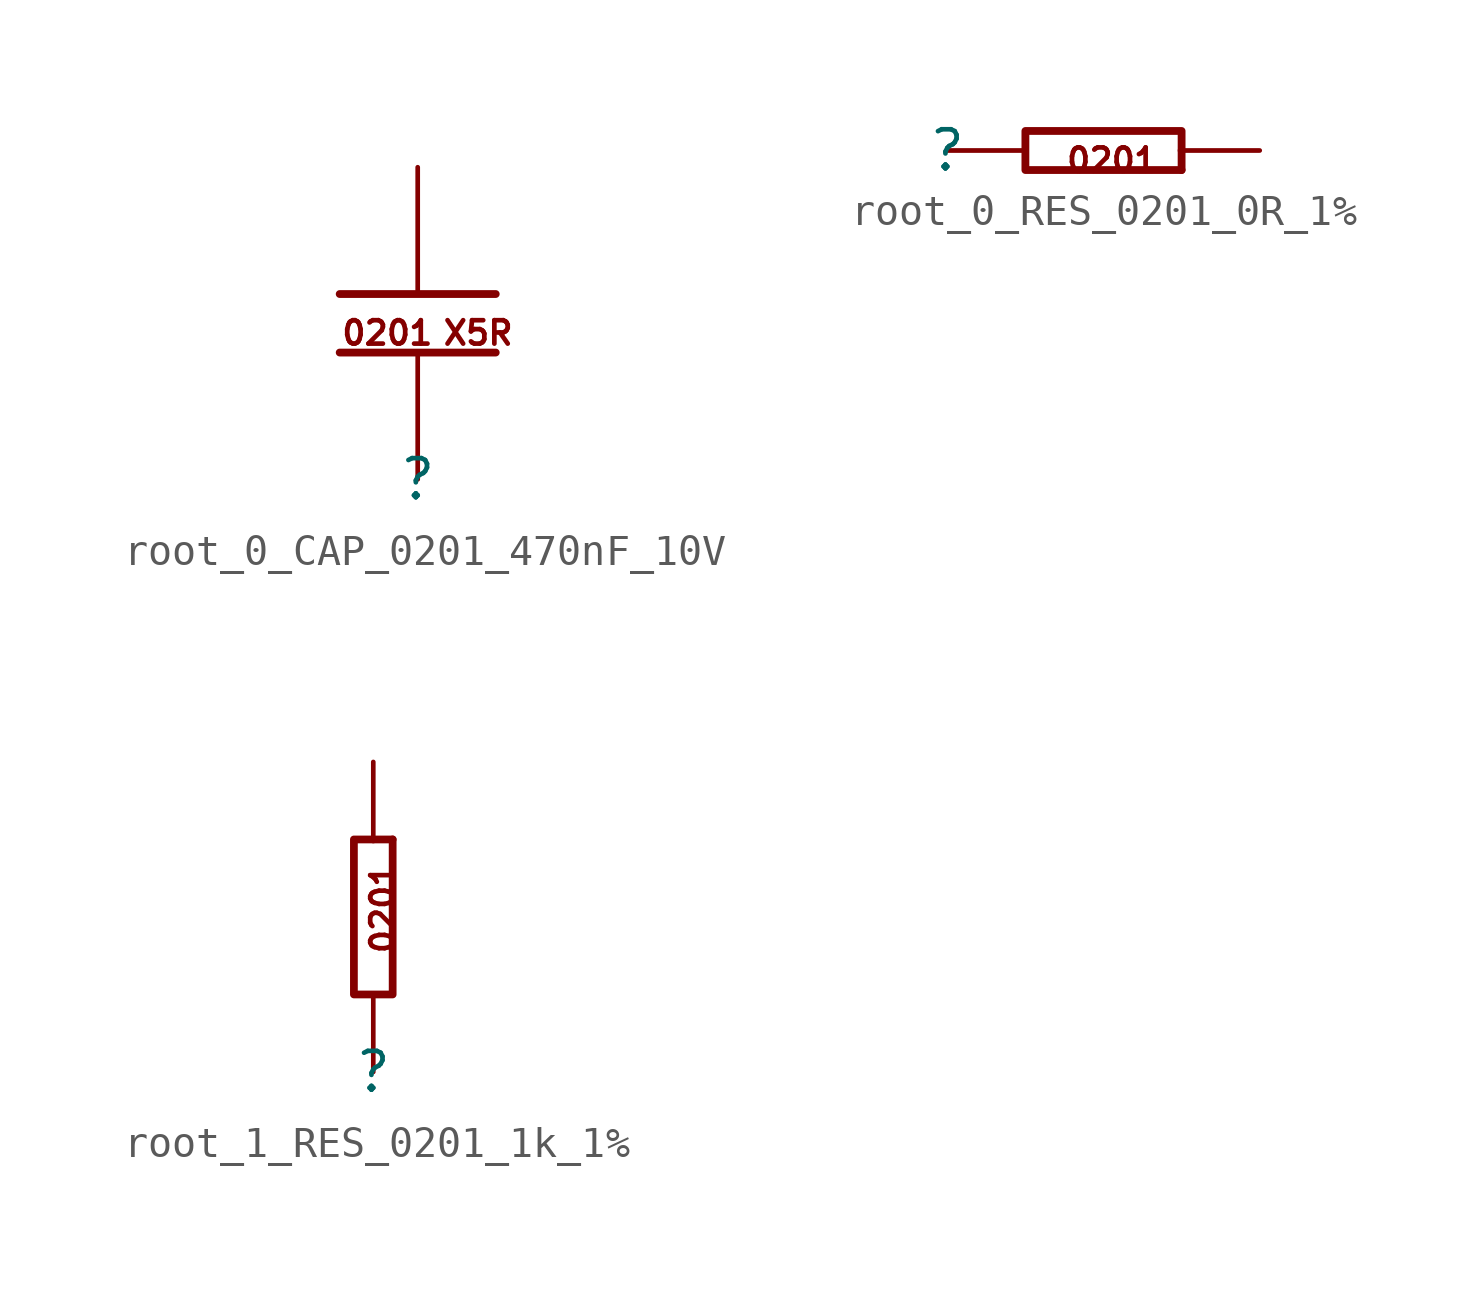
<source format=kicad_sym>
(kicad_symbol_lib
  (version 20231120)
  (generator "kicad_symbol_editor")
  (generator_version "8.0")
  (symbol "root_0_CAP_0201_470nF_10V"
    (property "Reference" ""
      (at 0 0 0)
      (effects (font (size 1.27 1.27))))
    (property "Value" ""
      (at 0 0 0)
      (effects (font (size 1.27 1.27))))
    (symbol "root_0_CAP_0201_470nF_10V_1_0"
      (polyline (pts (xy -2.54 4.128) (xy 2.54 4.128)) (stroke (width 0.254) (type solid)) (fill (type none)))
      (polyline (pts (xy -2.54 6.033) (xy 2.54 6.033)) (stroke (width 0.254) (type solid)) (fill (type none)))
      (text "0201" (at -2.54 4.318 0) (effects (font (size 0.762 0.762)) (justify left bottom)))
      (text "X5R" (at 0.762 4.318 0) (effects (font (size 0.762 0.762)) (justify left bottom)))
      (pin passive line (at 0 10.16 270) (length 4.064) (name "1" (effects (font (size 0 0)))) (number "1" (effects (font (size 0 0)))))
      (pin passive line (at 0 0 90) (length 4.064) (name "2" (effects (font (size 0 0)))) (number "2" (effects (font (size 0 0)))))))
  (symbol "root_0_RES_0201_0R_1%"
    (property "Reference" ""
      (at 0 0 0)
      (effects (font (size 1.27 1.27))))
    (property "Value" ""
      (at 0 0 0)
      (effects (font (size 1.27 1.27))))
    (symbol "root_0_RES_0201_0R_1%_1_0"
      (polyline (pts (xy 7.62 -0.635) (xy 7.62 0)) (stroke (width 0.254) (type solid)) (fill (type none)))
      (polyline (pts (xy 7.62 0) (xy 7.62 0.635) (xy 2.54 0.635) (xy 2.54 -0.635) (xy 7.62 -0.635)) (stroke (width 0.254) (type solid)) (fill (type none)))
      (text "0201" (at 3.81 -0.762 0) (effects (font (size 0.762 0.762)) (justify left bottom)))
      (pin passive line (at 0 0 0) (length 2.54) (name "1" (effects (font (size 0 0)))) (number "1" (effects (font (size 0 0)))))
      (pin passive line (at 10.16 0 180) (length 2.54) (name "2" (effects (font (size 0 0)))) (number "2" (effects (font (size 0 0)))))))
  (symbol "root_1_RES_0201_1k_1%"
    (property "Reference" ""
      (at 0 0 0)
      (effects (font (size 1.27 1.27))))
    (property "Value" ""
      (at 0 0 0)
      (effects (font (size 1.27 1.27))))
    (symbol "root_1_RES_0201_1k_1%_1_0"
      (polyline (pts (xy 0.635 7.62) (xy 0 7.62)) (stroke (width 0.254) (type solid)) (fill (type none)))
      (polyline (pts (xy 0 7.62) (xy -0.635 7.62) (xy -0.635 2.54) (xy 0.635 2.54) (xy 0.635 7.62)) (stroke (width 0.254) (type solid)) (fill (type none)))
      (text "0201" (at 0.762 3.81 900) (effects (font (size 0.762 0.762)) (justify left bottom)))
      (pin passive line (at 0 0 90) (length 2.54) (name "1" (effects (font (size 0 0)))) (number "1" (effects (font (size 0 0)))))
      (pin passive line (at 0 10.16 270) (length 2.54) (name "2" (effects (font (size 0 0)))) (number "2" (effects (font (size 0 0))))))))
</source>
